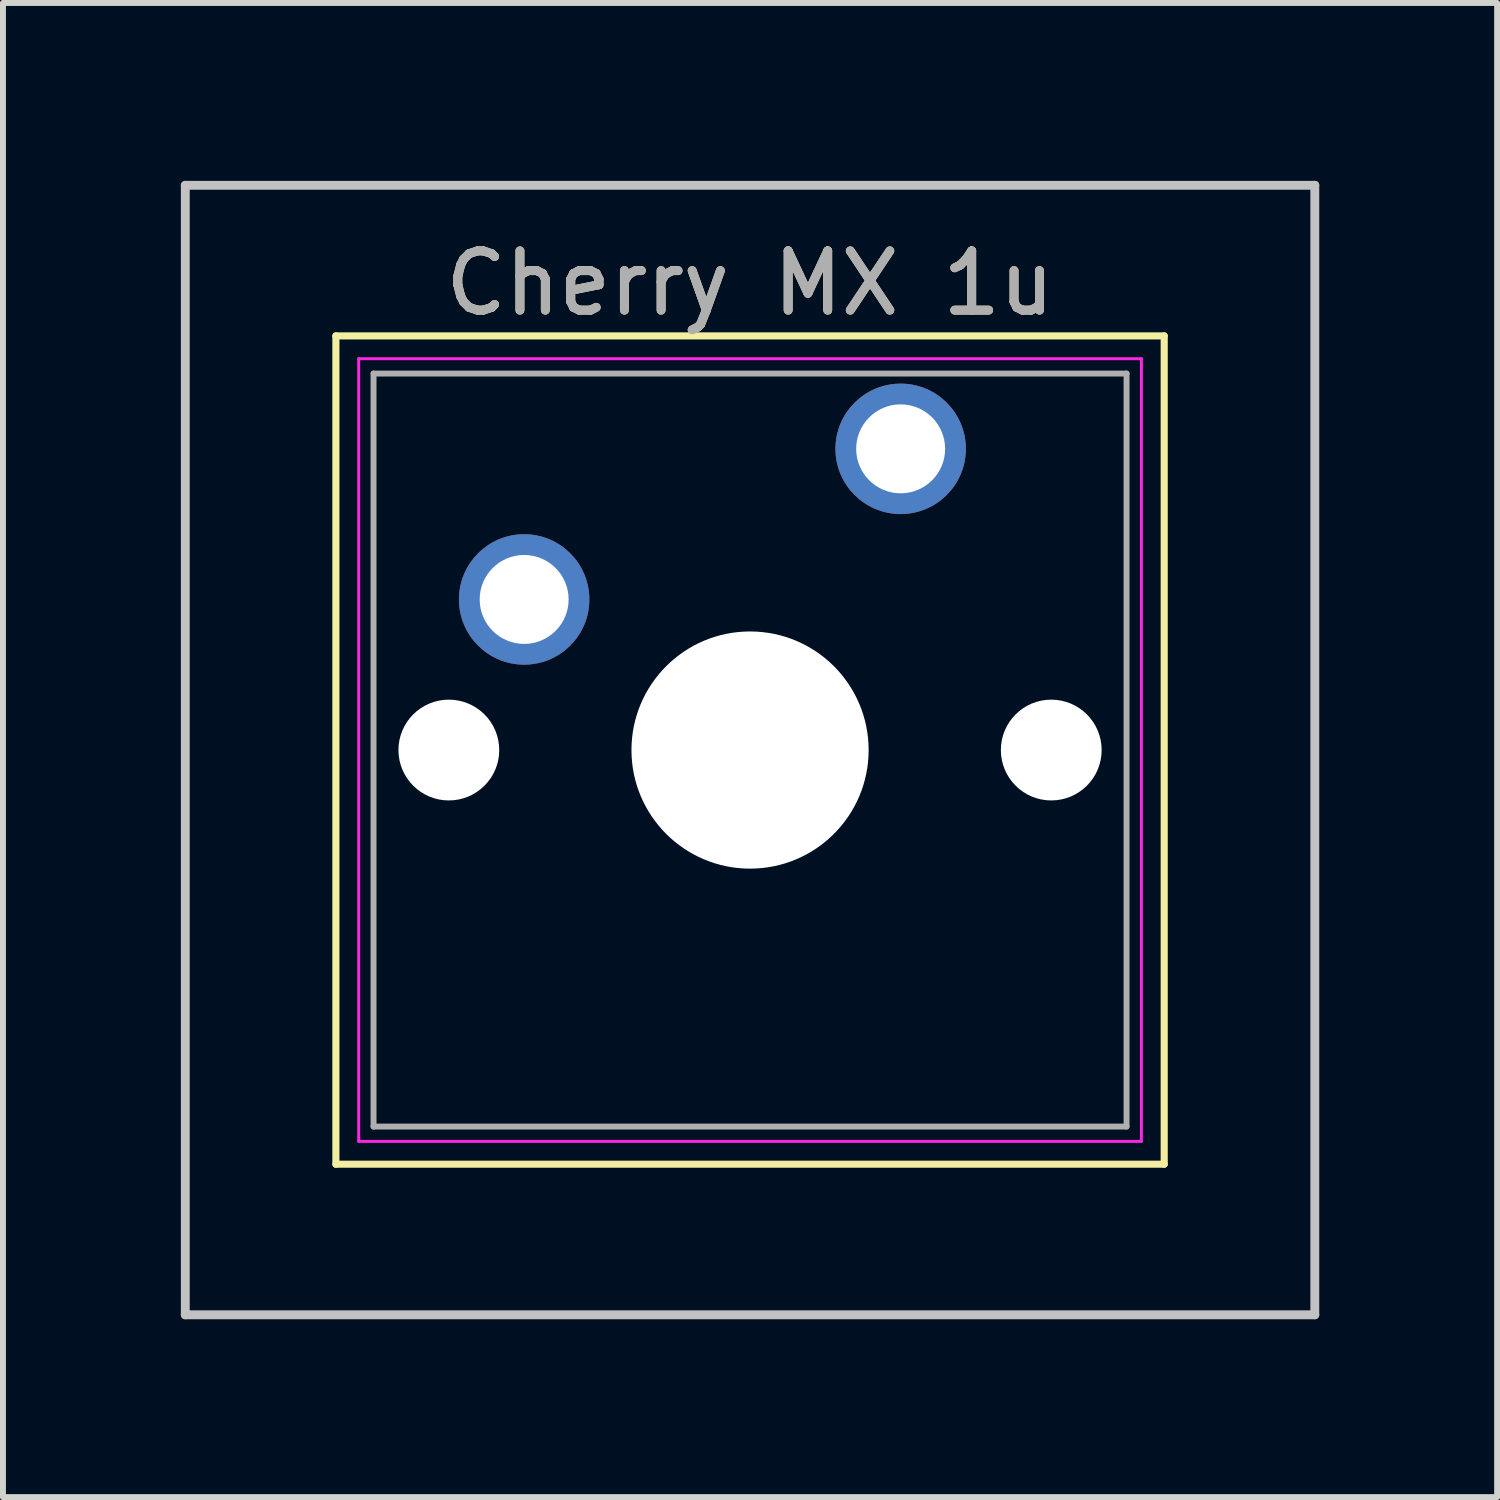
<source format=kicad_pcb>
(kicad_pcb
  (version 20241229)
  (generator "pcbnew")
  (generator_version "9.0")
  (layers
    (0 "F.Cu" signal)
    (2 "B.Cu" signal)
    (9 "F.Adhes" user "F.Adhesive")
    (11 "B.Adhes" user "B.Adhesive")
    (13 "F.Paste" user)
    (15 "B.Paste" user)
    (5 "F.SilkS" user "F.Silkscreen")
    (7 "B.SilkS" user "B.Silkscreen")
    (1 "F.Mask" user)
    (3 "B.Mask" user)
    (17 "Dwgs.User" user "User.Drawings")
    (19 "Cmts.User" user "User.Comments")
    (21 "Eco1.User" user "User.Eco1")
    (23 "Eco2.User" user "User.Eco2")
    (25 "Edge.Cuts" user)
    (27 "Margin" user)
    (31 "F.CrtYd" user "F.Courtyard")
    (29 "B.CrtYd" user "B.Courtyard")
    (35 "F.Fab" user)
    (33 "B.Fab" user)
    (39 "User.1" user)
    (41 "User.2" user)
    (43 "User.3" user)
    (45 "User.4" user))
  (footprint "Cherry MX 1u"
    (layer "F.Cu")
    (at 12.14 4.52)
    (property "Reference" "Cherry MX 1u" (at -2.54 -2.794 0) (layer "F.SilkS") (effects (font (size 1 1) (thickness 0.15))))
    (attr through_hole)
    (fp_line (start -9.525 -1.905) (end 4.445 -1.905) (stroke (width 0.12) (type solid)) (layer "F.SilkS"))
    (fp_line (start -9.525 12.065) (end -9.525 -1.905) (stroke (width 0.12) (type solid)) (layer "F.SilkS"))
    (fp_line (start 4.445 -1.905) (end 4.445 12.065) (stroke (width 0.12) (type solid)) (layer "F.SilkS"))
    (fp_line (start 4.445 12.065) (end -9.525 12.065) (stroke (width 0.12) (type solid)) (layer "F.SilkS"))
    (fp_line (start -12.065 -4.445) (end 6.985 -4.445) (stroke (width 0.15) (type solid)) (layer "Dwgs.User"))
    (fp_line (start -12.065 14.605) (end -12.065 -4.445) (stroke (width 0.15) (type solid)) (layer "Dwgs.User"))
    (fp_line (start 6.985 -4.445) (end 6.985 14.605) (stroke (width 0.15) (type solid)) (layer "Dwgs.User"))
    (fp_line (start 6.985 14.605) (end -12.065 14.605) (stroke (width 0.15) (type solid)) (layer "Dwgs.User"))
    (fp_line (start -9.14 -1.52) (end 4.06 -1.52) (stroke (width 0.05) (type solid)) (layer "F.CrtYd"))
    (fp_line (start -9.14 11.68) (end -9.14 -1.52) (stroke (width 0.05) (type solid)) (layer "F.CrtYd"))
    (fp_line (start 4.06 -1.52) (end 4.06 11.68) (stroke (width 0.05) (type solid)) (layer "F.CrtYd"))
    (fp_line (start 4.06 11.68) (end -9.14 11.68) (stroke (width 0.05) (type solid)) (layer "F.CrtYd"))
    (fp_line (start -8.89 -1.27) (end 3.81 -1.27) (stroke (width 0.1) (type solid)) (layer "F.Fab"))
    (fp_line (start -8.89 11.43) (end -8.89 -1.27) (stroke (width 0.1) (type solid)) (layer "F.Fab"))
    (fp_line (start 3.81 -1.27) (end 3.81 11.43) (stroke (width 0.1) (type solid)) (layer "F.Fab"))
    (fp_line (start 3.81 11.43) (end -8.89 11.43) (stroke (width 0.1) (type solid)) (layer "F.Fab"))
    (fp_text user "${REFERENCE}" (at -2.54 -2.794 0) (layer "F.Fab") (effects (font (size 1 1) (thickness 0.15))))
    (pad "" np_thru_hole circle (at -7.62 5.08) (size 1.7 1.7) (drill 1.7) (layers "*.Cu" "*.Mask"))
    (pad "" np_thru_hole circle (at -2.54 5.08) (size 4 4) (drill 4) (layers "*.Cu" "*.Mask"))
    (pad "" np_thru_hole circle (at 2.54 5.08) (size 1.7 1.7) (drill 1.7) (layers "*.Cu" "*.Mask"))
    (pad "1" thru_hole circle (at 0 0) (size 2.2 2.2) (drill 1.5) (layers "*.Cu" "*.Mask"))
    (pad "2" thru_hole circle (at -6.35 2.54) (size 2.2 2.2) (drill 1.5) (layers "*.Cu" "*.Mask")))
  (gr_rect
    (start -3 -3)
    (end 22.2 22.2)
    (stroke (width 0.1) (type default))
    (fill no)
    (layer "Edge.Cuts")))
</source>
